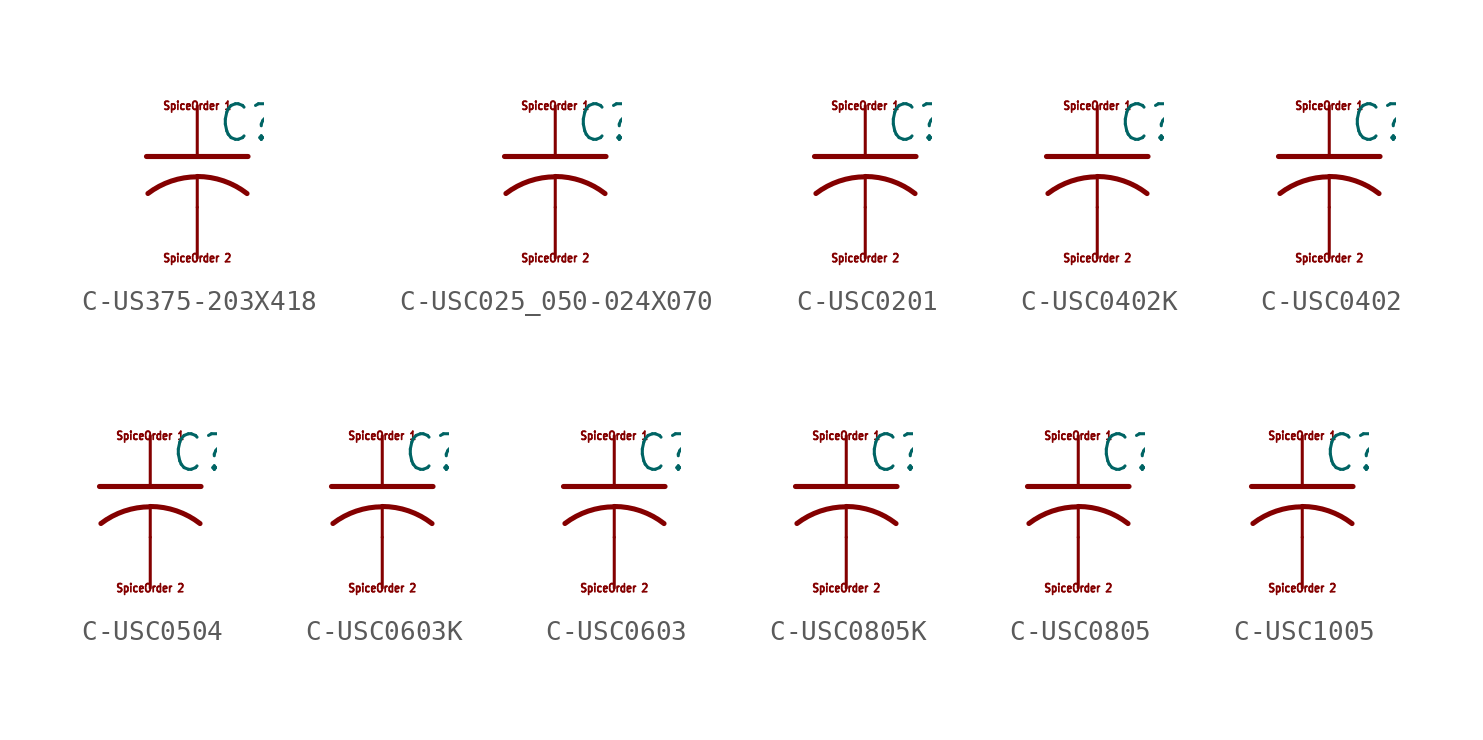
<source format=kicad_sym>
(kicad_symbol_lib
  (version 20220914)
  (generator kicad_symbol_editor)
  (symbol "C-US375-203X418"
    (property "Reference" "C"
      (at 1.016 0.635 0)
      (effects (font (size 1.778 1.511)) (justify left bottom)))
    (property "Value" ""
      (at 1.016 -4.191 0)
      (effects (font (size 1.778 1.511)) (justify left bottom)))
    (property "ki_locked" ""
      (at 0 0 0)
      (effects (font (size 1.27 1.27))))
    (symbol "C-US375-203X418_1_0"
      (arc (start 0 -1.0161) (mid -1.302 -1.2303) (end -2.4668 -1.8504) (stroke (width 0.254) (type solid)) (fill (type none)))
      (polyline (pts (xy -2.54 0) (xy 2.54 0)) (stroke (width 0.254) (type solid)) (fill (type none)))
      (polyline (pts (xy 0 -1.016) (xy 0 -2.54)) (stroke (width 0.152) (type solid)) (fill (type none)))
      (arc (start 2.4892 -1.8541) (mid 1.3158 -1.2194) (end 0 -1) (stroke (width 0.254) (type solid)) (fill (type none)))
      (text "SpiceOrder 1" (at 0 2.54 0) (effects (font (size 0.406 0.345))))
      (text "SpiceOrder 2" (at 0 -5.08 0) (effects (font (size 0.406 0.345))))
      (pin passive line (at 0 2.54 270) (length 2.54) (name "1" (effects (font (size 0 0)))) (number "1" (effects (font (size 0 0)))))
      (pin passive line (at 0 -5.08 90) (length 2.54) (name "2" (effects (font (size 0 0)))) (number "2" (effects (font (size 0 0)))))))
  (symbol "C-USC025_050-024X070"
    (property "Reference" "C"
      (at 1.016 0.635 0)
      (effects (font (size 1.778 1.511)) (justify left bottom)))
    (property "Value" ""
      (at 1.016 -4.191 0)
      (effects (font (size 1.778 1.511)) (justify left bottom)))
    (property "ki_locked" ""
      (at 0 0 0)
      (effects (font (size 1.27 1.27))))
    (symbol "C-USC025_050-024X070_1_0"
      (arc (start 0 -1.0161) (mid -1.302 -1.2303) (end -2.4668 -1.8504) (stroke (width 0.254) (type solid)) (fill (type none)))
      (polyline (pts (xy -2.54 0) (xy 2.54 0)) (stroke (width 0.254) (type solid)) (fill (type none)))
      (polyline (pts (xy 0 -1.016) (xy 0 -2.54)) (stroke (width 0.152) (type solid)) (fill (type none)))
      (arc (start 2.4892 -1.8541) (mid 1.3158 -1.2194) (end 0 -1) (stroke (width 0.254) (type solid)) (fill (type none)))
      (text "SpiceOrder 1" (at 0 2.54 0) (effects (font (size 0.406 0.345))))
      (text "SpiceOrder 2" (at 0 -5.08 0) (effects (font (size 0.406 0.345))))
      (pin passive line (at 0 2.54 270) (length 2.54) (name "1" (effects (font (size 0 0)))) (number "1" (effects (font (size 0 0)))))
      (pin passive line (at 0 -5.08 90) (length 2.54) (name "2" (effects (font (size 0 0)))) (number "2" (effects (font (size 0 0)))))))
  (symbol "C-USC0201"
    (property "Reference" "C"
      (at 1.016 0.635 0)
      (effects (font (size 1.778 1.511)) (justify left bottom)))
    (property "Value" ""
      (at 1.016 -4.191 0)
      (effects (font (size 1.778 1.511)) (justify left bottom)))
    (property "ki_locked" ""
      (at 0 0 0)
      (effects (font (size 1.27 1.27))))
    (symbol "C-USC0201_1_0"
      (arc (start 0 -1.0161) (mid -1.302 -1.2303) (end -2.4668 -1.8504) (stroke (width 0.254) (type solid)) (fill (type none)))
      (polyline (pts (xy -2.54 0) (xy 2.54 0)) (stroke (width 0.254) (type solid)) (fill (type none)))
      (polyline (pts (xy 0 -1.016) (xy 0 -2.54)) (stroke (width 0.152) (type solid)) (fill (type none)))
      (arc (start 2.4892 -1.8541) (mid 1.3158 -1.2194) (end 0 -1) (stroke (width 0.254) (type solid)) (fill (type none)))
      (text "SpiceOrder 1" (at 0 2.54 0) (effects (font (size 0.406 0.345))))
      (text "SpiceOrder 2" (at 0 -5.08 0) (effects (font (size 0.406 0.345))))
      (pin passive line (at 0 2.54 270) (length 2.54) (name "1" (effects (font (size 0 0)))) (number "1" (effects (font (size 0 0)))))
      (pin passive line (at 0 -5.08 90) (length 2.54) (name "2" (effects (font (size 0 0)))) (number "2" (effects (font (size 0 0)))))))
  (symbol "C-USC0402K"
    (property "Reference" "C"
      (at 1.016 0.635 0)
      (effects (font (size 1.778 1.511)) (justify left bottom)))
    (property "Value" ""
      (at 1.016 -4.191 0)
      (effects (font (size 1.778 1.511)) (justify left bottom)))
    (property "ki_locked" ""
      (at 0 0 0)
      (effects (font (size 1.27 1.27))))
    (symbol "C-USC0402K_1_0"
      (arc (start 0 -1.0161) (mid -1.302 -1.2303) (end -2.4668 -1.8504) (stroke (width 0.254) (type solid)) (fill (type none)))
      (polyline (pts (xy -2.54 0) (xy 2.54 0)) (stroke (width 0.254) (type solid)) (fill (type none)))
      (polyline (pts (xy 0 -1.016) (xy 0 -2.54)) (stroke (width 0.152) (type solid)) (fill (type none)))
      (arc (start 2.4892 -1.8541) (mid 1.3158 -1.2194) (end 0 -1) (stroke (width 0.254) (type solid)) (fill (type none)))
      (text "SpiceOrder 1" (at 0 2.54 0) (effects (font (size 0.406 0.345))))
      (text "SpiceOrder 2" (at 0 -5.08 0) (effects (font (size 0.406 0.345))))
      (pin passive line (at 0 2.54 270) (length 2.54) (name "1" (effects (font (size 0 0)))) (number "1" (effects (font (size 0 0)))))
      (pin passive line (at 0 -5.08 90) (length 2.54) (name "2" (effects (font (size 0 0)))) (number "2" (effects (font (size 0 0)))))))
  (symbol "C-USC0402"
    (property "Reference" "C"
      (at 1.016 0.635 0)
      (effects (font (size 1.778 1.511)) (justify left bottom)))
    (property "Value" ""
      (at 1.016 -4.191 0)
      (effects (font (size 1.778 1.511)) (justify left bottom)))
    (property "ki_locked" ""
      (at 0 0 0)
      (effects (font (size 1.27 1.27))))
    (symbol "C-USC0402_1_0"
      (arc (start 0 -1.0161) (mid -1.302 -1.2303) (end -2.4668 -1.8504) (stroke (width 0.254) (type solid)) (fill (type none)))
      (polyline (pts (xy -2.54 0) (xy 2.54 0)) (stroke (width 0.254) (type solid)) (fill (type none)))
      (polyline (pts (xy 0 -1.016) (xy 0 -2.54)) (stroke (width 0.152) (type solid)) (fill (type none)))
      (arc (start 2.4892 -1.8541) (mid 1.3158 -1.2194) (end 0 -1) (stroke (width 0.254) (type solid)) (fill (type none)))
      (text "SpiceOrder 1" (at 0 2.54 0) (effects (font (size 0.406 0.345))))
      (text "SpiceOrder 2" (at 0 -5.08 0) (effects (font (size 0.406 0.345))))
      (pin passive line (at 0 2.54 270) (length 2.54) (name "1" (effects (font (size 0 0)))) (number "1" (effects (font (size 0 0)))))
      (pin passive line (at 0 -5.08 90) (length 2.54) (name "2" (effects (font (size 0 0)))) (number "2" (effects (font (size 0 0)))))))
  (symbol "C-USC0504"
    (property "Reference" "C"
      (at 1.016 0.635 0)
      (effects (font (size 1.778 1.511)) (justify left bottom)))
    (property "Value" ""
      (at 1.016 -4.191 0)
      (effects (font (size 1.778 1.511)) (justify left bottom)))
    (property "ki_locked" ""
      (at 0 0 0)
      (effects (font (size 1.27 1.27))))
    (symbol "C-USC0504_1_0"
      (arc (start 0 -1.0161) (mid -1.302 -1.2303) (end -2.4668 -1.8504) (stroke (width 0.254) (type solid)) (fill (type none)))
      (polyline (pts (xy -2.54 0) (xy 2.54 0)) (stroke (width 0.254) (type solid)) (fill (type none)))
      (polyline (pts (xy 0 -1.016) (xy 0 -2.54)) (stroke (width 0.152) (type solid)) (fill (type none)))
      (arc (start 2.4892 -1.8541) (mid 1.3158 -1.2194) (end 0 -1) (stroke (width 0.254) (type solid)) (fill (type none)))
      (text "SpiceOrder 1" (at 0 2.54 0) (effects (font (size 0.406 0.345))))
      (text "SpiceOrder 2" (at 0 -5.08 0) (effects (font (size 0.406 0.345))))
      (pin passive line (at 0 2.54 270) (length 2.54) (name "1" (effects (font (size 0 0)))) (number "1" (effects (font (size 0 0)))))
      (pin passive line (at 0 -5.08 90) (length 2.54) (name "2" (effects (font (size 0 0)))) (number "2" (effects (font (size 0 0)))))))
  (symbol "C-USC0603K"
    (property "Reference" "C"
      (at 1.016 0.635 0)
      (effects (font (size 1.778 1.511)) (justify left bottom)))
    (property "Value" ""
      (at 1.016 -4.191 0)
      (effects (font (size 1.778 1.511)) (justify left bottom)))
    (property "ki_locked" ""
      (at 0 0 0)
      (effects (font (size 1.27 1.27))))
    (symbol "C-USC0603K_1_0"
      (arc (start 0 -1.0161) (mid -1.302 -1.2303) (end -2.4668 -1.8504) (stroke (width 0.254) (type solid)) (fill (type none)))
      (polyline (pts (xy -2.54 0) (xy 2.54 0)) (stroke (width 0.254) (type solid)) (fill (type none)))
      (polyline (pts (xy 0 -1.016) (xy 0 -2.54)) (stroke (width 0.152) (type solid)) (fill (type none)))
      (arc (start 2.4892 -1.8541) (mid 1.3158 -1.2194) (end 0 -1) (stroke (width 0.254) (type solid)) (fill (type none)))
      (text "SpiceOrder 1" (at 0 2.54 0) (effects (font (size 0.406 0.345))))
      (text "SpiceOrder 2" (at 0 -5.08 0) (effects (font (size 0.406 0.345))))
      (pin passive line (at 0 2.54 270) (length 2.54) (name "1" (effects (font (size 0 0)))) (number "1" (effects (font (size 0 0)))))
      (pin passive line (at 0 -5.08 90) (length 2.54) (name "2" (effects (font (size 0 0)))) (number "2" (effects (font (size 0 0)))))))
  (symbol "C-USC0603"
    (property "Reference" "C"
      (at 1.016 0.635 0)
      (effects (font (size 1.778 1.511)) (justify left bottom)))
    (property "Value" ""
      (at 1.016 -4.191 0)
      (effects (font (size 1.778 1.511)) (justify left bottom)))
    (property "ki_locked" ""
      (at 0 0 0)
      (effects (font (size 1.27 1.27))))
    (symbol "C-USC0603_1_0"
      (arc (start 0 -1.0161) (mid -1.302 -1.2303) (end -2.4668 -1.8504) (stroke (width 0.254) (type solid)) (fill (type none)))
      (polyline (pts (xy -2.54 0) (xy 2.54 0)) (stroke (width 0.254) (type solid)) (fill (type none)))
      (polyline (pts (xy 0 -1.016) (xy 0 -2.54)) (stroke (width 0.152) (type solid)) (fill (type none)))
      (arc (start 2.4892 -1.8541) (mid 1.3158 -1.2194) (end 0 -1) (stroke (width 0.254) (type solid)) (fill (type none)))
      (text "SpiceOrder 1" (at 0 2.54 0) (effects (font (size 0.406 0.345))))
      (text "SpiceOrder 2" (at 0 -5.08 0) (effects (font (size 0.406 0.345))))
      (pin passive line (at 0 2.54 270) (length 2.54) (name "1" (effects (font (size 0 0)))) (number "1" (effects (font (size 0 0)))))
      (pin passive line (at 0 -5.08 90) (length 2.54) (name "2" (effects (font (size 0 0)))) (number "2" (effects (font (size 0 0)))))))
  (symbol "C-USC0805K"
    (property "Reference" "C"
      (at 1.016 0.635 0)
      (effects (font (size 1.778 1.511)) (justify left bottom)))
    (property "Value" ""
      (at 1.016 -4.191 0)
      (effects (font (size 1.778 1.511)) (justify left bottom)))
    (property "ki_locked" ""
      (at 0 0 0)
      (effects (font (size 1.27 1.27))))
    (symbol "C-USC0805K_1_0"
      (arc (start 0 -1.0161) (mid -1.302 -1.2303) (end -2.4668 -1.8504) (stroke (width 0.254) (type solid)) (fill (type none)))
      (polyline (pts (xy -2.54 0) (xy 2.54 0)) (stroke (width 0.254) (type solid)) (fill (type none)))
      (polyline (pts (xy 0 -1.016) (xy 0 -2.54)) (stroke (width 0.152) (type solid)) (fill (type none)))
      (arc (start 2.4892 -1.8541) (mid 1.3158 -1.2194) (end 0 -1) (stroke (width 0.254) (type solid)) (fill (type none)))
      (text "SpiceOrder 1" (at 0 2.54 0) (effects (font (size 0.406 0.345))))
      (text "SpiceOrder 2" (at 0 -5.08 0) (effects (font (size 0.406 0.345))))
      (pin passive line (at 0 2.54 270) (length 2.54) (name "1" (effects (font (size 0 0)))) (number "1" (effects (font (size 0 0)))))
      (pin passive line (at 0 -5.08 90) (length 2.54) (name "2" (effects (font (size 0 0)))) (number "2" (effects (font (size 0 0)))))))
  (symbol "C-USC0805"
    (property "Reference" "C"
      (at 1.016 0.635 0)
      (effects (font (size 1.778 1.511)) (justify left bottom)))
    (property "Value" ""
      (at 1.016 -4.191 0)
      (effects (font (size 1.778 1.511)) (justify left bottom)))
    (property "ki_locked" ""
      (at 0 0 0)
      (effects (font (size 1.27 1.27))))
    (symbol "C-USC0805_1_0"
      (arc (start 0 -1.0161) (mid -1.302 -1.2303) (end -2.4668 -1.8504) (stroke (width 0.254) (type solid)) (fill (type none)))
      (polyline (pts (xy -2.54 0) (xy 2.54 0)) (stroke (width 0.254) (type solid)) (fill (type none)))
      (polyline (pts (xy 0 -1.016) (xy 0 -2.54)) (stroke (width 0.152) (type solid)) (fill (type none)))
      (arc (start 2.4892 -1.8541) (mid 1.3158 -1.2194) (end 0 -1) (stroke (width 0.254) (type solid)) (fill (type none)))
      (text "SpiceOrder 1" (at 0 2.54 0) (effects (font (size 0.406 0.345))))
      (text "SpiceOrder 2" (at 0 -5.08 0) (effects (font (size 0.406 0.345))))
      (pin passive line (at 0 2.54 270) (length 2.54) (name "1" (effects (font (size 0 0)))) (number "1" (effects (font (size 0 0)))))
      (pin passive line (at 0 -5.08 90) (length 2.54) (name "2" (effects (font (size 0 0)))) (number "2" (effects (font (size 0 0)))))))
  (symbol "C-USC1005"
    (property "Reference" "C"
      (at 1.016 0.635 0)
      (effects (font (size 1.778 1.511)) (justify left bottom)))
    (property "Value" ""
      (at 1.016 -4.191 0)
      (effects (font (size 1.778 1.511)) (justify left bottom)))
    (property "ki_locked" ""
      (at 0 0 0)
      (effects (font (size 1.27 1.27))))
    (symbol "C-USC1005_1_0"
      (arc (start 0 -1.0161) (mid -1.302 -1.2303) (end -2.4668 -1.8504) (stroke (width 0.254) (type solid)) (fill (type none)))
      (polyline (pts (xy -2.54 0) (xy 2.54 0)) (stroke (width 0.254) (type solid)) (fill (type none)))
      (polyline (pts (xy 0 -1.016) (xy 0 -2.54)) (stroke (width 0.152) (type solid)) (fill (type none)))
      (arc (start 2.4892 -1.8541) (mid 1.3158 -1.2194) (end 0 -1) (stroke (width 0.254) (type solid)) (fill (type none)))
      (text "SpiceOrder 1" (at 0 2.54 0) (effects (font (size 0.406 0.345))))
      (text "SpiceOrder 2" (at 0 -5.08 0) (effects (font (size 0.406 0.345))))
      (pin passive line (at 0 2.54 270) (length 2.54) (name "1" (effects (font (size 0 0)))) (number "1" (effects (font (size 0 0)))))
      (pin passive line (at 0 -5.08 90) (length 2.54) (name "2" (effects (font (size 0 0)))) (number "2" (effects (font (size 0 0))))))))
</source>
